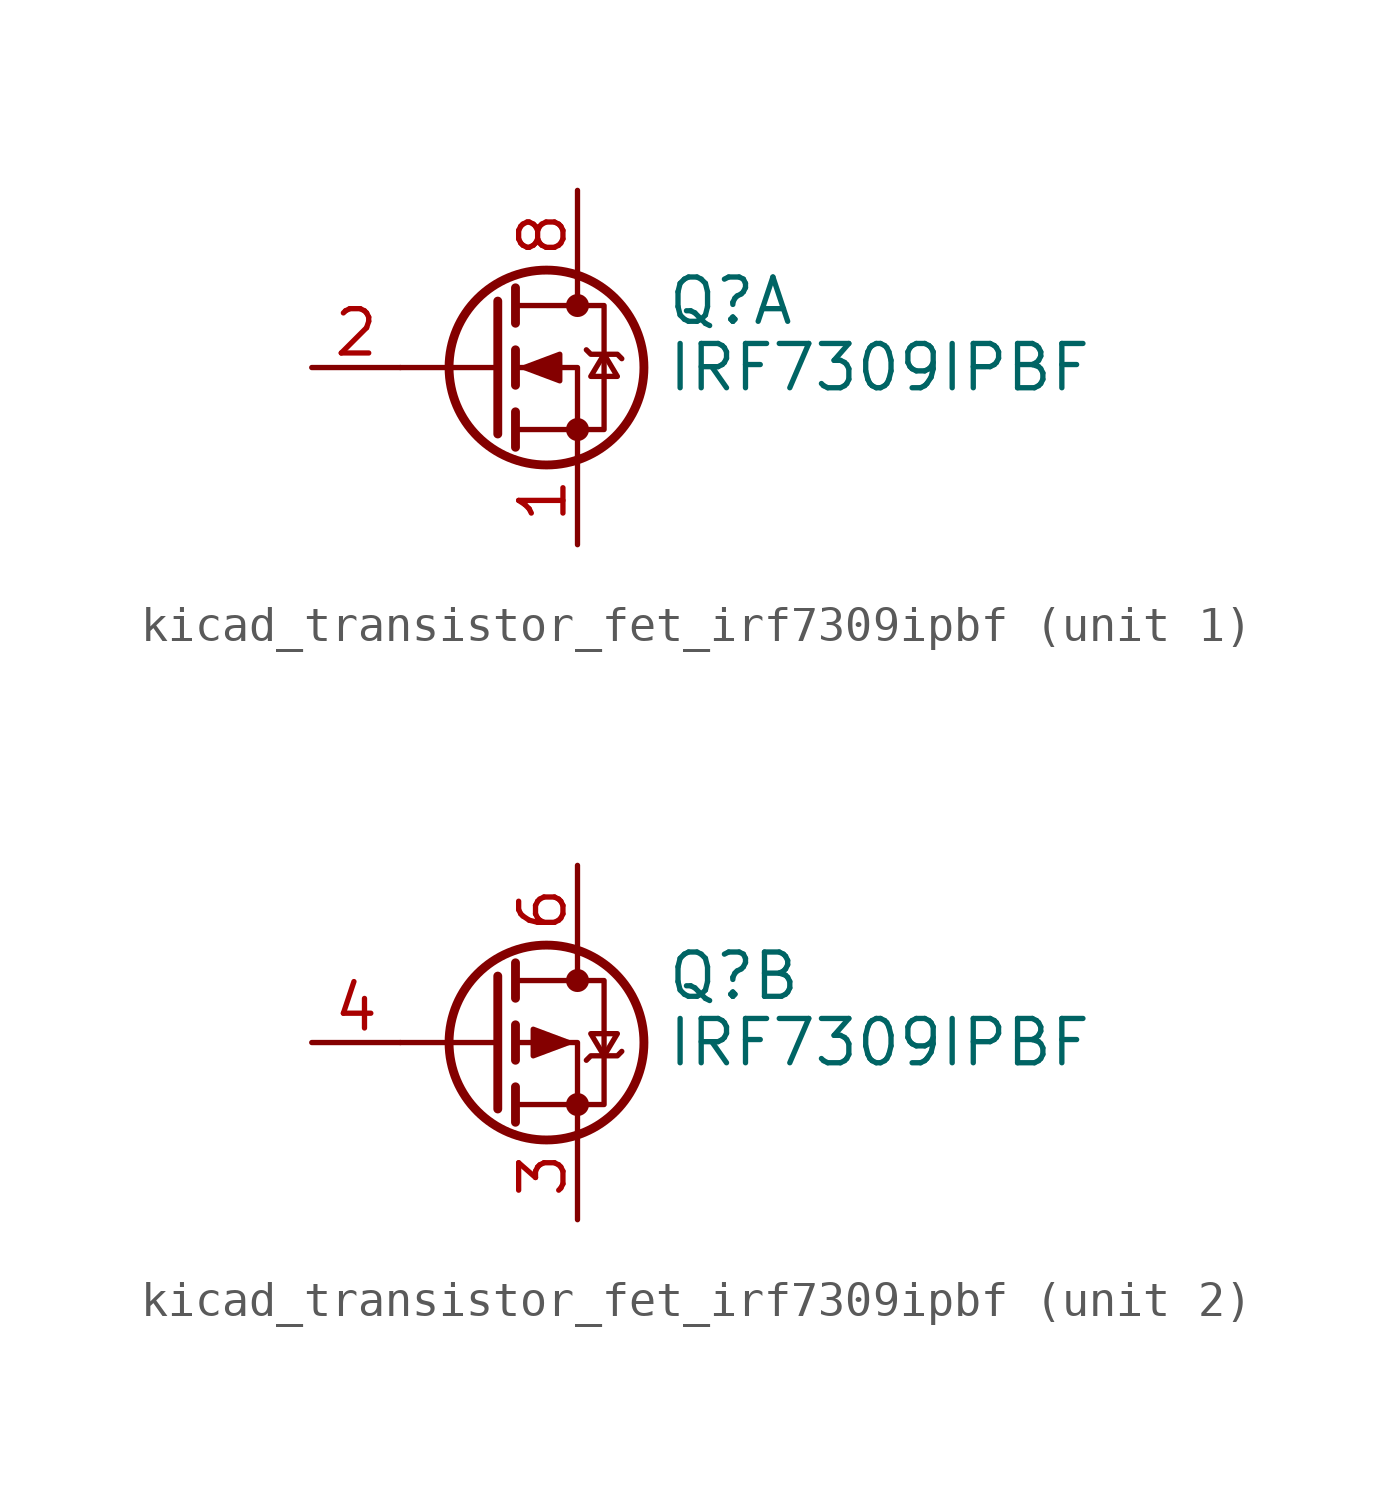
<source format=kicad_sym>
(kicad_symbol_lib
  (version 20220914)
  (generator kicad_symbol_editor)
  (symbol "kicad_transistor_fet_irf7309ipbf"
    (pin_names hide)
    (property "Reference" "Q"
      (at 5.08 1.905 0)
      (effects (font (size 1.27 1.27)) (justify left)))
    (property "Value" "IRF7309IPBF"
      (at 5.08 0 0)
      (effects (font (size 1.27 1.27)) (justify left)))
    (symbol "kicad_transistor_fet_irf7309ipbf_0_1"
      (polyline (pts (xy 0.254 0) (xy -2.54 0)) (stroke (width 0) (type default)) (fill (type none)))
      (polyline (pts (xy 0.254 1.905) (xy 0.254 -1.905)) (stroke (width 0.254) (type default)) (fill (type none)))
      (polyline (pts (xy 0.762 -1.27) (xy 0.762 -2.286)) (stroke (width 0.254) (type default)) (fill (type none)))
      (polyline (pts (xy 0.762 0.508) (xy 0.762 -0.508)) (stroke (width 0.254) (type default)) (fill (type none)))
      (polyline (pts (xy 0.762 2.286) (xy 0.762 1.27)) (stroke (width 0.254) (type default)) (fill (type none)))
      (polyline (pts (xy 2.54 2.54) (xy 2.54 1.778)) (stroke (width 0) (type default)) (fill (type none)))
      (polyline (pts (xy 2.54 -2.54) (xy 2.54 0) (xy 0.762 0)) (stroke (width 0) (type default)) (fill (type none)))
      (polyline (pts (xy 0.762 -1.778) (xy 3.302 -1.778) (xy 3.302 1.778) (xy 0.762 1.778)) (stroke (width 0) (type default)) (fill (type none)))
      (circle (center 1.651 0) (radius 2.794) (stroke (width 0.254) (type default)) (fill (type none)))
      (circle (center 2.54 -1.778) (radius 0.254) (stroke (width 0) (type default)) (fill (type outline)))
      (circle (center 2.54 1.778) (radius 0.254) (stroke (width 0) (type default)) (fill (type outline))))
    (symbol "kicad_transistor_fet_irf7309ipbf_1_1"
      (polyline (pts (xy 1.016 0) (xy 2.032 0.381) (xy 2.032 -0.381) (xy 1.016 0)) (stroke (width 0) (type default)) (fill (type outline)))
      (polyline (pts (xy 2.794 0.508) (xy 2.921 0.381) (xy 3.683 0.381) (xy 3.81 0.254)) (stroke (width 0) (type default)) (fill (type none)))
      (polyline (pts (xy 3.302 0.381) (xy 2.921 -0.254) (xy 3.683 -0.254) (xy 3.302 0.381)) (stroke (width 0) (type default)) (fill (type none)))
      (pin passive line (at 2.54 -5.08 90) (length 2.54) (name "S" (effects (font (size 1.27 1.27)))) (number "1" (effects (font (size 1.27 1.27)))))
      (pin input line (at -5.08 0 0) (length 2.54) (name "G" (effects (font (size 1.27 1.27)))) (number "2" (effects (font (size 1.27 1.27)))))
      (pin passive line (at 2.54 5.08 270) (length 2.54) hide (name "D" (effects (font (size 1.27 1.27)))) (number "7" (effects (font (size 1.27 1.27)))))
      (pin passive line (at 2.54 5.08 270) (length 2.54) (name "D" (effects (font (size 1.27 1.27)))) (number "8" (effects (font (size 1.27 1.27))))))
    (symbol "kicad_transistor_fet_irf7309ipbf_2_1"
      (polyline (pts (xy 2.286 0) (xy 1.27 0.381) (xy 1.27 -0.381) (xy 2.286 0)) (stroke (width 0) (type default)) (fill (type outline)))
      (polyline (pts (xy 2.794 -0.508) (xy 2.921 -0.381) (xy 3.683 -0.381) (xy 3.81 -0.254)) (stroke (width 0) (type default)) (fill (type none)))
      (polyline (pts (xy 3.302 -0.381) (xy 2.921 0.254) (xy 3.683 0.254) (xy 3.302 -0.381)) (stroke (width 0) (type default)) (fill (type none)))
      (pin passive line (at 2.54 -5.08 90) (length 2.54) (name "1" (effects (font (size 1.27 1.27)))) (number "3" (effects (font (size 1.27 1.27)))))
      (pin input line (at -5.08 0 0) (length 2.54) (name "G" (effects (font (size 1.27 1.27)))) (number "4" (effects (font (size 1.27 1.27)))))
      (pin passive line (at 2.54 5.08 270) (length 2.54) hide (name "D" (effects (font (size 1.27 1.27)))) (number "5" (effects (font (size 1.27 1.27)))))
      (pin passive line (at 2.54 5.08 270) (length 2.54) (name "D" (effects (font (size 1.27 1.27)))) (number "6" (effects (font (size 1.27 1.27))))))))
</source>
